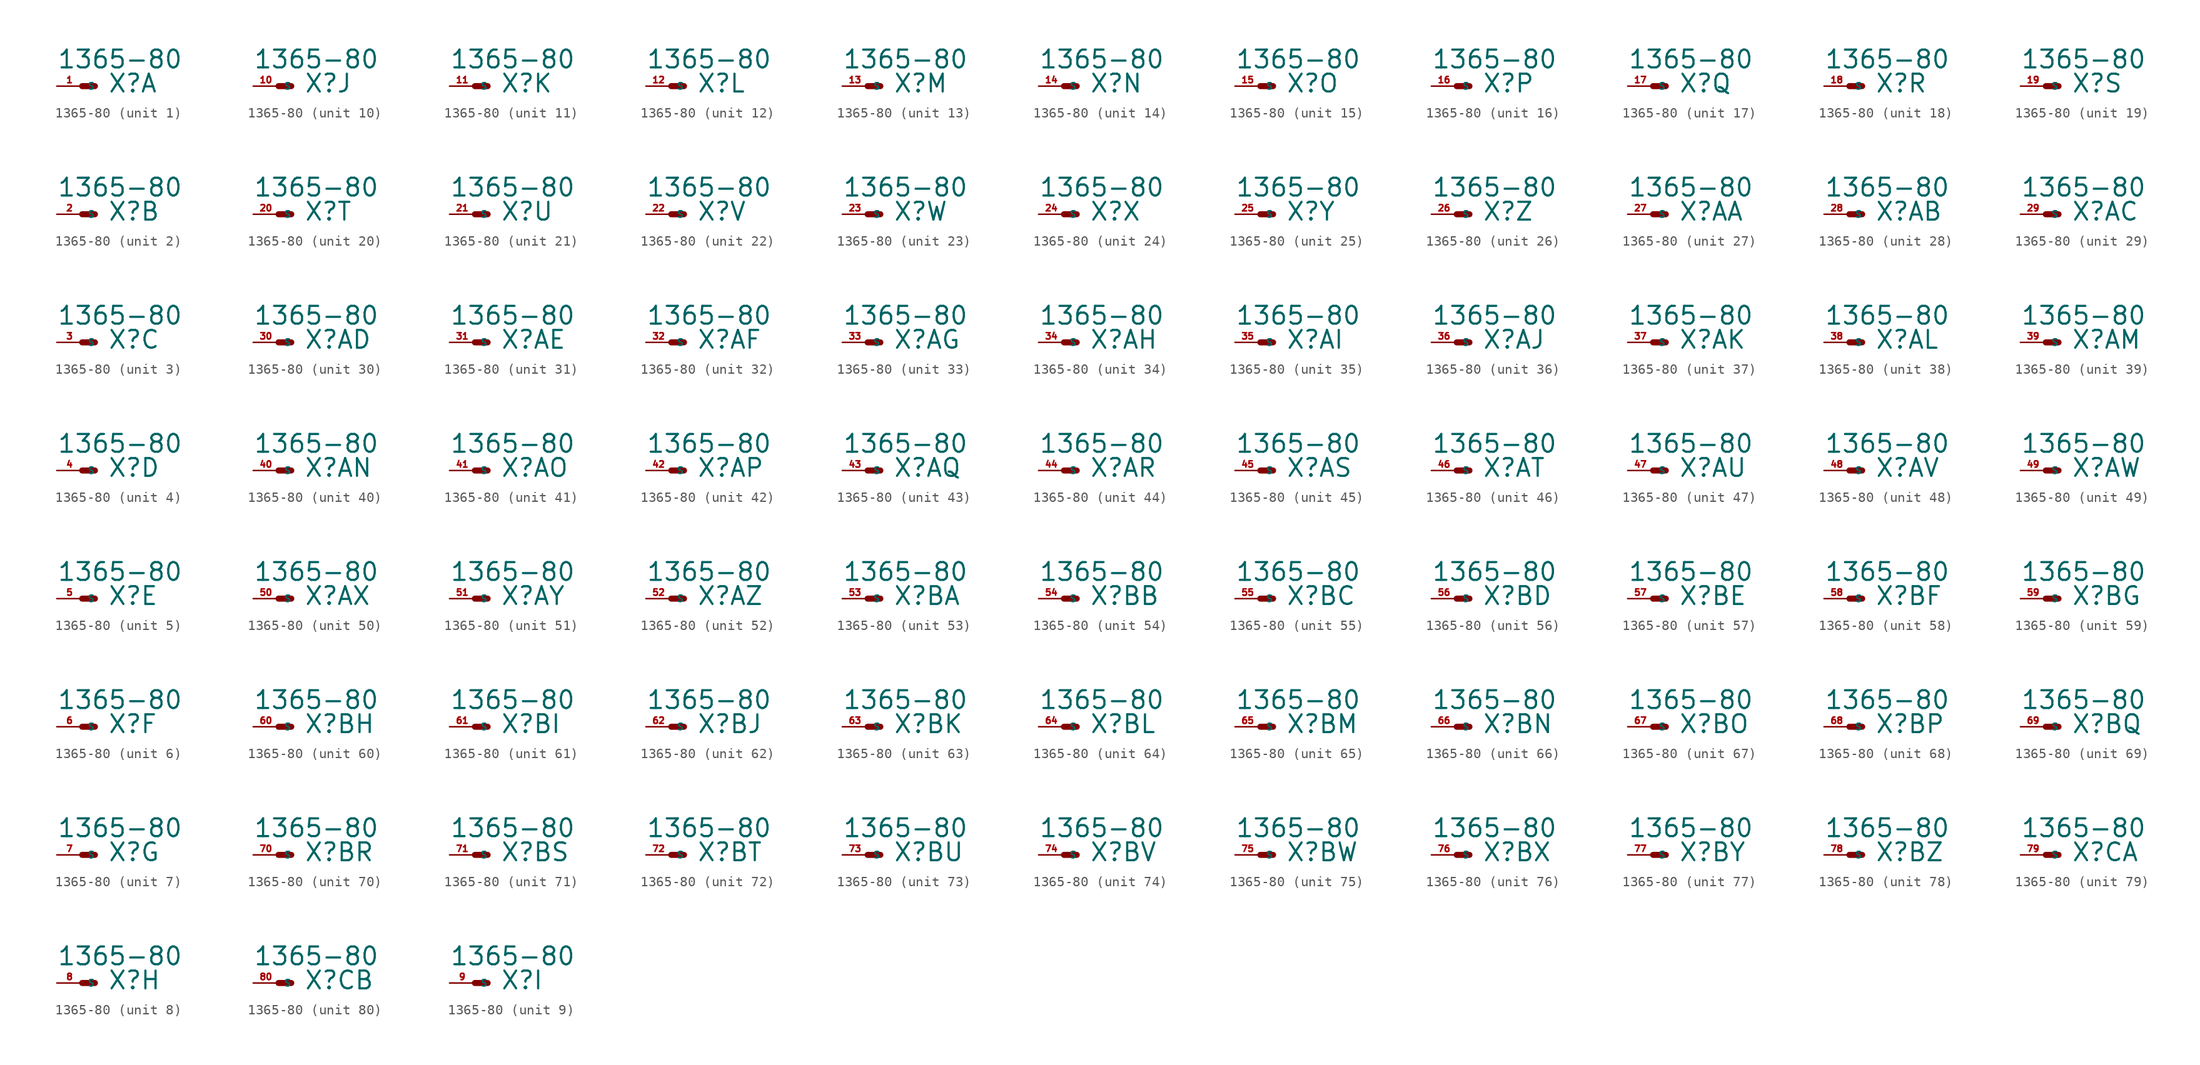
<source format=kicad_sym>
(kicad_symbol_lib
  (version 20220914)
  (generator Eagle2Kicad)
  (symbol "1365-80"
    (property "Reference" "X"
      (at 2.54 -0.762 0)
      (effects (font (size 1.778 1.778) (thickness 0.22)) (justify left bottom)))
    (property "Value" "1365-80"
      (at -2.54 1.651 0)
      (effects (font (size 1.778 1.778) (thickness 0.22)) (justify left bottom)))
    (symbol "1365-80_1_0"
      (polyline (pts (xy 0 0) (xy 1.27 0)) (stroke (width 0.61) (type default)) (fill (type none)))
      (pin passive line (at -2.54 0 0) (length 2.54) (name "S" (effects (font (size 0.635 0.635) (thickness 0.08)) (justify left bottom))) (number "1" (effects (font (size 0.635 0.635) (thickness 0.08)) (justify left bottom)))))
    (symbol "1365-80_2_0"
      (polyline (pts (xy 0 0) (xy 1.27 0)) (stroke (width 0.61) (type default)) (fill (type none)))
      (pin passive line (at -2.54 0 0) (length 2.54) (name "S" (effects (font (size 0.635 0.635) (thickness 0.08)) (justify left bottom))) (number "2" (effects (font (size 0.635 0.635) (thickness 0.08)) (justify left bottom)))))
    (symbol "1365-80_3_0"
      (polyline (pts (xy 0 0) (xy 1.27 0)) (stroke (width 0.61) (type default)) (fill (type none)))
      (pin passive line (at -2.54 0 0) (length 2.54) (name "S" (effects (font (size 0.635 0.635) (thickness 0.08)) (justify left bottom))) (number "3" (effects (font (size 0.635 0.635) (thickness 0.08)) (justify left bottom)))))
    (symbol "1365-80_4_0"
      (polyline (pts (xy 0 0) (xy 1.27 0)) (stroke (width 0.61) (type default)) (fill (type none)))
      (pin passive line (at -2.54 0 0) (length 2.54) (name "S" (effects (font (size 0.635 0.635) (thickness 0.08)) (justify left bottom))) (number "4" (effects (font (size 0.635 0.635) (thickness 0.08)) (justify left bottom)))))
    (symbol "1365-80_5_0"
      (polyline (pts (xy 0 0) (xy 1.27 0)) (stroke (width 0.61) (type default)) (fill (type none)))
      (pin passive line (at -2.54 0 0) (length 2.54) (name "S" (effects (font (size 0.635 0.635) (thickness 0.08)) (justify left bottom))) (number "5" (effects (font (size 0.635 0.635) (thickness 0.08)) (justify left bottom)))))
    (symbol "1365-80_6_0"
      (polyline (pts (xy 0 0) (xy 1.27 0)) (stroke (width 0.61) (type default)) (fill (type none)))
      (pin passive line (at -2.54 0 0) (length 2.54) (name "S" (effects (font (size 0.635 0.635) (thickness 0.08)) (justify left bottom))) (number "6" (effects (font (size 0.635 0.635) (thickness 0.08)) (justify left bottom)))))
    (symbol "1365-80_7_0"
      (polyline (pts (xy 0 0) (xy 1.27 0)) (stroke (width 0.61) (type default)) (fill (type none)))
      (pin passive line (at -2.54 0 0) (length 2.54) (name "S" (effects (font (size 0.635 0.635) (thickness 0.08)) (justify left bottom))) (number "7" (effects (font (size 0.635 0.635) (thickness 0.08)) (justify left bottom)))))
    (symbol "1365-80_8_0"
      (polyline (pts (xy 0 0) (xy 1.27 0)) (stroke (width 0.61) (type default)) (fill (type none)))
      (pin passive line (at -2.54 0 0) (length 2.54) (name "S" (effects (font (size 0.635 0.635) (thickness 0.08)) (justify left bottom))) (number "8" (effects (font (size 0.635 0.635) (thickness 0.08)) (justify left bottom)))))
    (symbol "1365-80_9_0"
      (polyline (pts (xy 0 0) (xy 1.27 0)) (stroke (width 0.61) (type default)) (fill (type none)))
      (pin passive line (at -2.54 0 0) (length 2.54) (name "S" (effects (font (size 0.635 0.635) (thickness 0.08)) (justify left bottom))) (number "9" (effects (font (size 0.635 0.635) (thickness 0.08)) (justify left bottom)))))
    (symbol "1365-80_10_0"
      (polyline (pts (xy 0 0) (xy 1.27 0)) (stroke (width 0.61) (type default)) (fill (type none)))
      (pin passive line (at -2.54 0 0) (length 2.54) (name "S" (effects (font (size 0.635 0.635) (thickness 0.08)) (justify left bottom))) (number "10" (effects (font (size 0.635 0.635) (thickness 0.08)) (justify left bottom)))))
    (symbol "1365-80_11_0"
      (polyline (pts (xy 0 0) (xy 1.27 0)) (stroke (width 0.61) (type default)) (fill (type none)))
      (pin passive line (at -2.54 0 0) (length 2.54) (name "S" (effects (font (size 0.635 0.635) (thickness 0.08)) (justify left bottom))) (number "11" (effects (font (size 0.635 0.635) (thickness 0.08)) (justify left bottom)))))
    (symbol "1365-80_12_0"
      (polyline (pts (xy 0 0) (xy 1.27 0)) (stroke (width 0.61) (type default)) (fill (type none)))
      (pin passive line (at -2.54 0 0) (length 2.54) (name "S" (effects (font (size 0.635 0.635) (thickness 0.08)) (justify left bottom))) (number "12" (effects (font (size 0.635 0.635) (thickness 0.08)) (justify left bottom)))))
    (symbol "1365-80_13_0"
      (polyline (pts (xy 0 0) (xy 1.27 0)) (stroke (width 0.61) (type default)) (fill (type none)))
      (pin passive line (at -2.54 0 0) (length 2.54) (name "S" (effects (font (size 0.635 0.635) (thickness 0.08)) (justify left bottom))) (number "13" (effects (font (size 0.635 0.635) (thickness 0.08)) (justify left bottom)))))
    (symbol "1365-80_14_0"
      (polyline (pts (xy 0 0) (xy 1.27 0)) (stroke (width 0.61) (type default)) (fill (type none)))
      (pin passive line (at -2.54 0 0) (length 2.54) (name "S" (effects (font (size 0.635 0.635) (thickness 0.08)) (justify left bottom))) (number "14" (effects (font (size 0.635 0.635) (thickness 0.08)) (justify left bottom)))))
    (symbol "1365-80_15_0"
      (polyline (pts (xy 0 0) (xy 1.27 0)) (stroke (width 0.61) (type default)) (fill (type none)))
      (pin passive line (at -2.54 0 0) (length 2.54) (name "S" (effects (font (size 0.635 0.635) (thickness 0.08)) (justify left bottom))) (number "15" (effects (font (size 0.635 0.635) (thickness 0.08)) (justify left bottom)))))
    (symbol "1365-80_16_0"
      (polyline (pts (xy 0 0) (xy 1.27 0)) (stroke (width 0.61) (type default)) (fill (type none)))
      (pin passive line (at -2.54 0 0) (length 2.54) (name "S" (effects (font (size 0.635 0.635) (thickness 0.08)) (justify left bottom))) (number "16" (effects (font (size 0.635 0.635) (thickness 0.08)) (justify left bottom)))))
    (symbol "1365-80_17_0"
      (polyline (pts (xy 0 0) (xy 1.27 0)) (stroke (width 0.61) (type default)) (fill (type none)))
      (pin passive line (at -2.54 0 0) (length 2.54) (name "S" (effects (font (size 0.635 0.635) (thickness 0.08)) (justify left bottom))) (number "17" (effects (font (size 0.635 0.635) (thickness 0.08)) (justify left bottom)))))
    (symbol "1365-80_18_0"
      (polyline (pts (xy 0 0) (xy 1.27 0)) (stroke (width 0.61) (type default)) (fill (type none)))
      (pin passive line (at -2.54 0 0) (length 2.54) (name "S" (effects (font (size 0.635 0.635) (thickness 0.08)) (justify left bottom))) (number "18" (effects (font (size 0.635 0.635) (thickness 0.08)) (justify left bottom)))))
    (symbol "1365-80_19_0"
      (polyline (pts (xy 0 0) (xy 1.27 0)) (stroke (width 0.61) (type default)) (fill (type none)))
      (pin passive line (at -2.54 0 0) (length 2.54) (name "S" (effects (font (size 0.635 0.635) (thickness 0.08)) (justify left bottom))) (number "19" (effects (font (size 0.635 0.635) (thickness 0.08)) (justify left bottom)))))
    (symbol "1365-80_20_0"
      (polyline (pts (xy 0 0) (xy 1.27 0)) (stroke (width 0.61) (type default)) (fill (type none)))
      (pin passive line (at -2.54 0 0) (length 2.54) (name "S" (effects (font (size 0.635 0.635) (thickness 0.08)) (justify left bottom))) (number "20" (effects (font (size 0.635 0.635) (thickness 0.08)) (justify left bottom)))))
    (symbol "1365-80_21_0"
      (polyline (pts (xy 0 0) (xy 1.27 0)) (stroke (width 0.61) (type default)) (fill (type none)))
      (pin passive line (at -2.54 0 0) (length 2.54) (name "S" (effects (font (size 0.635 0.635) (thickness 0.08)) (justify left bottom))) (number "21" (effects (font (size 0.635 0.635) (thickness 0.08)) (justify left bottom)))))
    (symbol "1365-80_22_0"
      (polyline (pts (xy 0 0) (xy 1.27 0)) (stroke (width 0.61) (type default)) (fill (type none)))
      (pin passive line (at -2.54 0 0) (length 2.54) (name "S" (effects (font (size 0.635 0.635) (thickness 0.08)) (justify left bottom))) (number "22" (effects (font (size 0.635 0.635) (thickness 0.08)) (justify left bottom)))))
    (symbol "1365-80_23_0"
      (polyline (pts (xy 0 0) (xy 1.27 0)) (stroke (width 0.61) (type default)) (fill (type none)))
      (pin passive line (at -2.54 0 0) (length 2.54) (name "S" (effects (font (size 0.635 0.635) (thickness 0.08)) (justify left bottom))) (number "23" (effects (font (size 0.635 0.635) (thickness 0.08)) (justify left bottom)))))
    (symbol "1365-80_24_0"
      (polyline (pts (xy 0 0) (xy 1.27 0)) (stroke (width 0.61) (type default)) (fill (type none)))
      (pin passive line (at -2.54 0 0) (length 2.54) (name "S" (effects (font (size 0.635 0.635) (thickness 0.08)) (justify left bottom))) (number "24" (effects (font (size 0.635 0.635) (thickness 0.08)) (justify left bottom)))))
    (symbol "1365-80_25_0"
      (polyline (pts (xy 0 0) (xy 1.27 0)) (stroke (width 0.61) (type default)) (fill (type none)))
      (pin passive line (at -2.54 0 0) (length 2.54) (name "S" (effects (font (size 0.635 0.635) (thickness 0.08)) (justify left bottom))) (number "25" (effects (font (size 0.635 0.635) (thickness 0.08)) (justify left bottom)))))
    (symbol "1365-80_26_0"
      (polyline (pts (xy 0 0) (xy 1.27 0)) (stroke (width 0.61) (type default)) (fill (type none)))
      (pin passive line (at -2.54 0 0) (length 2.54) (name "S" (effects (font (size 0.635 0.635) (thickness 0.08)) (justify left bottom))) (number "26" (effects (font (size 0.635 0.635) (thickness 0.08)) (justify left bottom)))))
    (symbol "1365-80_27_0"
      (polyline (pts (xy 0 0) (xy 1.27 0)) (stroke (width 0.61) (type default)) (fill (type none)))
      (pin passive line (at -2.54 0 0) (length 2.54) (name "S" (effects (font (size 0.635 0.635) (thickness 0.08)) (justify left bottom))) (number "27" (effects (font (size 0.635 0.635) (thickness 0.08)) (justify left bottom)))))
    (symbol "1365-80_28_0"
      (polyline (pts (xy 0 0) (xy 1.27 0)) (stroke (width 0.61) (type default)) (fill (type none)))
      (pin passive line (at -2.54 0 0) (length 2.54) (name "S" (effects (font (size 0.635 0.635) (thickness 0.08)) (justify left bottom))) (number "28" (effects (font (size 0.635 0.635) (thickness 0.08)) (justify left bottom)))))
    (symbol "1365-80_29_0"
      (polyline (pts (xy 0 0) (xy 1.27 0)) (stroke (width 0.61) (type default)) (fill (type none)))
      (pin passive line (at -2.54 0 0) (length 2.54) (name "S" (effects (font (size 0.635 0.635) (thickness 0.08)) (justify left bottom))) (number "29" (effects (font (size 0.635 0.635) (thickness 0.08)) (justify left bottom)))))
    (symbol "1365-80_30_0"
      (polyline (pts (xy 0 0) (xy 1.27 0)) (stroke (width 0.61) (type default)) (fill (type none)))
      (pin passive line (at -2.54 0 0) (length 2.54) (name "S" (effects (font (size 0.635 0.635) (thickness 0.08)) (justify left bottom))) (number "30" (effects (font (size 0.635 0.635) (thickness 0.08)) (justify left bottom)))))
    (symbol "1365-80_31_0"
      (polyline (pts (xy 0 0) (xy 1.27 0)) (stroke (width 0.61) (type default)) (fill (type none)))
      (pin passive line (at -2.54 0 0) (length 2.54) (name "S" (effects (font (size 0.635 0.635) (thickness 0.08)) (justify left bottom))) (number "31" (effects (font (size 0.635 0.635) (thickness 0.08)) (justify left bottom)))))
    (symbol "1365-80_32_0"
      (polyline (pts (xy 0 0) (xy 1.27 0)) (stroke (width 0.61) (type default)) (fill (type none)))
      (pin passive line (at -2.54 0 0) (length 2.54) (name "S" (effects (font (size 0.635 0.635) (thickness 0.08)) (justify left bottom))) (number "32" (effects (font (size 0.635 0.635) (thickness 0.08)) (justify left bottom)))))
    (symbol "1365-80_33_0"
      (polyline (pts (xy 0 0) (xy 1.27 0)) (stroke (width 0.61) (type default)) (fill (type none)))
      (pin passive line (at -2.54 0 0) (length 2.54) (name "S" (effects (font (size 0.635 0.635) (thickness 0.08)) (justify left bottom))) (number "33" (effects (font (size 0.635 0.635) (thickness 0.08)) (justify left bottom)))))
    (symbol "1365-80_34_0"
      (polyline (pts (xy 0 0) (xy 1.27 0)) (stroke (width 0.61) (type default)) (fill (type none)))
      (pin passive line (at -2.54 0 0) (length 2.54) (name "S" (effects (font (size 0.635 0.635) (thickness 0.08)) (justify left bottom))) (number "34" (effects (font (size 0.635 0.635) (thickness 0.08)) (justify left bottom)))))
    (symbol "1365-80_35_0"
      (polyline (pts (xy 0 0) (xy 1.27 0)) (stroke (width 0.61) (type default)) (fill (type none)))
      (pin passive line (at -2.54 0 0) (length 2.54) (name "S" (effects (font (size 0.635 0.635) (thickness 0.08)) (justify left bottom))) (number "35" (effects (font (size 0.635 0.635) (thickness 0.08)) (justify left bottom)))))
    (symbol "1365-80_36_0"
      (polyline (pts (xy 0 0) (xy 1.27 0)) (stroke (width 0.61) (type default)) (fill (type none)))
      (pin passive line (at -2.54 0 0) (length 2.54) (name "S" (effects (font (size 0.635 0.635) (thickness 0.08)) (justify left bottom))) (number "36" (effects (font (size 0.635 0.635) (thickness 0.08)) (justify left bottom)))))
    (symbol "1365-80_37_0"
      (polyline (pts (xy 0 0) (xy 1.27 0)) (stroke (width 0.61) (type default)) (fill (type none)))
      (pin passive line (at -2.54 0 0) (length 2.54) (name "S" (effects (font (size 0.635 0.635) (thickness 0.08)) (justify left bottom))) (number "37" (effects (font (size 0.635 0.635) (thickness 0.08)) (justify left bottom)))))
    (symbol "1365-80_38_0"
      (polyline (pts (xy 0 0) (xy 1.27 0)) (stroke (width 0.61) (type default)) (fill (type none)))
      (pin passive line (at -2.54 0 0) (length 2.54) (name "S" (effects (font (size 0.635 0.635) (thickness 0.08)) (justify left bottom))) (number "38" (effects (font (size 0.635 0.635) (thickness 0.08)) (justify left bottom)))))
    (symbol "1365-80_39_0"
      (polyline (pts (xy 0 0) (xy 1.27 0)) (stroke (width 0.61) (type default)) (fill (type none)))
      (pin passive line (at -2.54 0 0) (length 2.54) (name "S" (effects (font (size 0.635 0.635) (thickness 0.08)) (justify left bottom))) (number "39" (effects (font (size 0.635 0.635) (thickness 0.08)) (justify left bottom)))))
    (symbol "1365-80_40_0"
      (polyline (pts (xy 0 0) (xy 1.27 0)) (stroke (width 0.61) (type default)) (fill (type none)))
      (pin passive line (at -2.54 0 0) (length 2.54) (name "S" (effects (font (size 0.635 0.635) (thickness 0.08)) (justify left bottom))) (number "40" (effects (font (size 0.635 0.635) (thickness 0.08)) (justify left bottom)))))
    (symbol "1365-80_41_0"
      (polyline (pts (xy 0 0) (xy 1.27 0)) (stroke (width 0.61) (type default)) (fill (type none)))
      (pin passive line (at -2.54 0 0) (length 2.54) (name "S" (effects (font (size 0.635 0.635) (thickness 0.08)) (justify left bottom))) (number "41" (effects (font (size 0.635 0.635) (thickness 0.08)) (justify left bottom)))))
    (symbol "1365-80_42_0"
      (polyline (pts (xy 0 0) (xy 1.27 0)) (stroke (width 0.61) (type default)) (fill (type none)))
      (pin passive line (at -2.54 0 0) (length 2.54) (name "S" (effects (font (size 0.635 0.635) (thickness 0.08)) (justify left bottom))) (number "42" (effects (font (size 0.635 0.635) (thickness 0.08)) (justify left bottom)))))
    (symbol "1365-80_43_0"
      (polyline (pts (xy 0 0) (xy 1.27 0)) (stroke (width 0.61) (type default)) (fill (type none)))
      (pin passive line (at -2.54 0 0) (length 2.54) (name "S" (effects (font (size 0.635 0.635) (thickness 0.08)) (justify left bottom))) (number "43" (effects (font (size 0.635 0.635) (thickness 0.08)) (justify left bottom)))))
    (symbol "1365-80_44_0"
      (polyline (pts (xy 0 0) (xy 1.27 0)) (stroke (width 0.61) (type default)) (fill (type none)))
      (pin passive line (at -2.54 0 0) (length 2.54) (name "S" (effects (font (size 0.635 0.635) (thickness 0.08)) (justify left bottom))) (number "44" (effects (font (size 0.635 0.635) (thickness 0.08)) (justify left bottom)))))
    (symbol "1365-80_45_0"
      (polyline (pts (xy 0 0) (xy 1.27 0)) (stroke (width 0.61) (type default)) (fill (type none)))
      (pin passive line (at -2.54 0 0) (length 2.54) (name "S" (effects (font (size 0.635 0.635) (thickness 0.08)) (justify left bottom))) (number "45" (effects (font (size 0.635 0.635) (thickness 0.08)) (justify left bottom)))))
    (symbol "1365-80_46_0"
      (polyline (pts (xy 0 0) (xy 1.27 0)) (stroke (width 0.61) (type default)) (fill (type none)))
      (pin passive line (at -2.54 0 0) (length 2.54) (name "S" (effects (font (size 0.635 0.635) (thickness 0.08)) (justify left bottom))) (number "46" (effects (font (size 0.635 0.635) (thickness 0.08)) (justify left bottom)))))
    (symbol "1365-80_47_0"
      (polyline (pts (xy 0 0) (xy 1.27 0)) (stroke (width 0.61) (type default)) (fill (type none)))
      (pin passive line (at -2.54 0 0) (length 2.54) (name "S" (effects (font (size 0.635 0.635) (thickness 0.08)) (justify left bottom))) (number "47" (effects (font (size 0.635 0.635) (thickness 0.08)) (justify left bottom)))))
    (symbol "1365-80_48_0"
      (polyline (pts (xy 0 0) (xy 1.27 0)) (stroke (width 0.61) (type default)) (fill (type none)))
      (pin passive line (at -2.54 0 0) (length 2.54) (name "S" (effects (font (size 0.635 0.635) (thickness 0.08)) (justify left bottom))) (number "48" (effects (font (size 0.635 0.635) (thickness 0.08)) (justify left bottom)))))
    (symbol "1365-80_49_0"
      (polyline (pts (xy 0 0) (xy 1.27 0)) (stroke (width 0.61) (type default)) (fill (type none)))
      (pin passive line (at -2.54 0 0) (length 2.54) (name "S" (effects (font (size 0.635 0.635) (thickness 0.08)) (justify left bottom))) (number "49" (effects (font (size 0.635 0.635) (thickness 0.08)) (justify left bottom)))))
    (symbol "1365-80_50_0"
      (polyline (pts (xy 0 0) (xy 1.27 0)) (stroke (width 0.61) (type default)) (fill (type none)))
      (pin passive line (at -2.54 0 0) (length 2.54) (name "S" (effects (font (size 0.635 0.635) (thickness 0.08)) (justify left bottom))) (number "50" (effects (font (size 0.635 0.635) (thickness 0.08)) (justify left bottom)))))
    (symbol "1365-80_51_0"
      (polyline (pts (xy 0 0) (xy 1.27 0)) (stroke (width 0.61) (type default)) (fill (type none)))
      (pin passive line (at -2.54 0 0) (length 2.54) (name "S" (effects (font (size 0.635 0.635) (thickness 0.08)) (justify left bottom))) (number "51" (effects (font (size 0.635 0.635) (thickness 0.08)) (justify left bottom)))))
    (symbol "1365-80_52_0"
      (polyline (pts (xy 0 0) (xy 1.27 0)) (stroke (width 0.61) (type default)) (fill (type none)))
      (pin passive line (at -2.54 0 0) (length 2.54) (name "S" (effects (font (size 0.635 0.635) (thickness 0.08)) (justify left bottom))) (number "52" (effects (font (size 0.635 0.635) (thickness 0.08)) (justify left bottom)))))
    (symbol "1365-80_53_0"
      (polyline (pts (xy 0 0) (xy 1.27 0)) (stroke (width 0.61) (type default)) (fill (type none)))
      (pin passive line (at -2.54 0 0) (length 2.54) (name "S" (effects (font (size 0.635 0.635) (thickness 0.08)) (justify left bottom))) (number "53" (effects (font (size 0.635 0.635) (thickness 0.08)) (justify left bottom)))))
    (symbol "1365-80_54_0"
      (polyline (pts (xy 0 0) (xy 1.27 0)) (stroke (width 0.61) (type default)) (fill (type none)))
      (pin passive line (at -2.54 0 0) (length 2.54) (name "S" (effects (font (size 0.635 0.635) (thickness 0.08)) (justify left bottom))) (number "54" (effects (font (size 0.635 0.635) (thickness 0.08)) (justify left bottom)))))
    (symbol "1365-80_55_0"
      (polyline (pts (xy 0 0) (xy 1.27 0)) (stroke (width 0.61) (type default)) (fill (type none)))
      (pin passive line (at -2.54 0 0) (length 2.54) (name "S" (effects (font (size 0.635 0.635) (thickness 0.08)) (justify left bottom))) (number "55" (effects (font (size 0.635 0.635) (thickness 0.08)) (justify left bottom)))))
    (symbol "1365-80_56_0"
      (polyline (pts (xy 0 0) (xy 1.27 0)) (stroke (width 0.61) (type default)) (fill (type none)))
      (pin passive line (at -2.54 0 0) (length 2.54) (name "S" (effects (font (size 0.635 0.635) (thickness 0.08)) (justify left bottom))) (number "56" (effects (font (size 0.635 0.635) (thickness 0.08)) (justify left bottom)))))
    (symbol "1365-80_57_0"
      (polyline (pts (xy 0 0) (xy 1.27 0)) (stroke (width 0.61) (type default)) (fill (type none)))
      (pin passive line (at -2.54 0 0) (length 2.54) (name "S" (effects (font (size 0.635 0.635) (thickness 0.08)) (justify left bottom))) (number "57" (effects (font (size 0.635 0.635) (thickness 0.08)) (justify left bottom)))))
    (symbol "1365-80_58_0"
      (polyline (pts (xy 0 0) (xy 1.27 0)) (stroke (width 0.61) (type default)) (fill (type none)))
      (pin passive line (at -2.54 0 0) (length 2.54) (name "S" (effects (font (size 0.635 0.635) (thickness 0.08)) (justify left bottom))) (number "58" (effects (font (size 0.635 0.635) (thickness 0.08)) (justify left bottom)))))
    (symbol "1365-80_59_0"
      (polyline (pts (xy 0 0) (xy 1.27 0)) (stroke (width 0.61) (type default)) (fill (type none)))
      (pin passive line (at -2.54 0 0) (length 2.54) (name "S" (effects (font (size 0.635 0.635) (thickness 0.08)) (justify left bottom))) (number "59" (effects (font (size 0.635 0.635) (thickness 0.08)) (justify left bottom)))))
    (symbol "1365-80_60_0"
      (polyline (pts (xy 0 0) (xy 1.27 0)) (stroke (width 0.61) (type default)) (fill (type none)))
      (pin passive line (at -2.54 0 0) (length 2.54) (name "S" (effects (font (size 0.635 0.635) (thickness 0.08)) (justify left bottom))) (number "60" (effects (font (size 0.635 0.635) (thickness 0.08)) (justify left bottom)))))
    (symbol "1365-80_61_0"
      (polyline (pts (xy 0 0) (xy 1.27 0)) (stroke (width 0.61) (type default)) (fill (type none)))
      (pin passive line (at -2.54 0 0) (length 2.54) (name "S" (effects (font (size 0.635 0.635) (thickness 0.08)) (justify left bottom))) (number "61" (effects (font (size 0.635 0.635) (thickness 0.08)) (justify left bottom)))))
    (symbol "1365-80_62_0"
      (polyline (pts (xy 0 0) (xy 1.27 0)) (stroke (width 0.61) (type default)) (fill (type none)))
      (pin passive line (at -2.54 0 0) (length 2.54) (name "S" (effects (font (size 0.635 0.635) (thickness 0.08)) (justify left bottom))) (number "62" (effects (font (size 0.635 0.635) (thickness 0.08)) (justify left bottom)))))
    (symbol "1365-80_63_0"
      (polyline (pts (xy 0 0) (xy 1.27 0)) (stroke (width 0.61) (type default)) (fill (type none)))
      (pin passive line (at -2.54 0 0) (length 2.54) (name "S" (effects (font (size 0.635 0.635) (thickness 0.08)) (justify left bottom))) (number "63" (effects (font (size 0.635 0.635) (thickness 0.08)) (justify left bottom)))))
    (symbol "1365-80_64_0"
      (polyline (pts (xy 0 0) (xy 1.27 0)) (stroke (width 0.61) (type default)) (fill (type none)))
      (pin passive line (at -2.54 0 0) (length 2.54) (name "S" (effects (font (size 0.635 0.635) (thickness 0.08)) (justify left bottom))) (number "64" (effects (font (size 0.635 0.635) (thickness 0.08)) (justify left bottom)))))
    (symbol "1365-80_65_0"
      (polyline (pts (xy 0 0) (xy 1.27 0)) (stroke (width 0.61) (type default)) (fill (type none)))
      (pin passive line (at -2.54 0 0) (length 2.54) (name "S" (effects (font (size 0.635 0.635) (thickness 0.08)) (justify left bottom))) (number "65" (effects (font (size 0.635 0.635) (thickness 0.08)) (justify left bottom)))))
    (symbol "1365-80_66_0"
      (polyline (pts (xy 0 0) (xy 1.27 0)) (stroke (width 0.61) (type default)) (fill (type none)))
      (pin passive line (at -2.54 0 0) (length 2.54) (name "S" (effects (font (size 0.635 0.635) (thickness 0.08)) (justify left bottom))) (number "66" (effects (font (size 0.635 0.635) (thickness 0.08)) (justify left bottom)))))
    (symbol "1365-80_67_0"
      (polyline (pts (xy 0 0) (xy 1.27 0)) (stroke (width 0.61) (type default)) (fill (type none)))
      (pin passive line (at -2.54 0 0) (length 2.54) (name "S" (effects (font (size 0.635 0.635) (thickness 0.08)) (justify left bottom))) (number "67" (effects (font (size 0.635 0.635) (thickness 0.08)) (justify left bottom)))))
    (symbol "1365-80_68_0"
      (polyline (pts (xy 0 0) (xy 1.27 0)) (stroke (width 0.61) (type default)) (fill (type none)))
      (pin passive line (at -2.54 0 0) (length 2.54) (name "S" (effects (font (size 0.635 0.635) (thickness 0.08)) (justify left bottom))) (number "68" (effects (font (size 0.635 0.635) (thickness 0.08)) (justify left bottom)))))
    (symbol "1365-80_69_0"
      (polyline (pts (xy 0 0) (xy 1.27 0)) (stroke (width 0.61) (type default)) (fill (type none)))
      (pin passive line (at -2.54 0 0) (length 2.54) (name "S" (effects (font (size 0.635 0.635) (thickness 0.08)) (justify left bottom))) (number "69" (effects (font (size 0.635 0.635) (thickness 0.08)) (justify left bottom)))))
    (symbol "1365-80_70_0"
      (polyline (pts (xy 0 0) (xy 1.27 0)) (stroke (width 0.61) (type default)) (fill (type none)))
      (pin passive line (at -2.54 0 0) (length 2.54) (name "S" (effects (font (size 0.635 0.635) (thickness 0.08)) (justify left bottom))) (number "70" (effects (font (size 0.635 0.635) (thickness 0.08)) (justify left bottom)))))
    (symbol "1365-80_71_0"
      (polyline (pts (xy 0 0) (xy 1.27 0)) (stroke (width 0.61) (type default)) (fill (type none)))
      (pin passive line (at -2.54 0 0) (length 2.54) (name "S" (effects (font (size 0.635 0.635) (thickness 0.08)) (justify left bottom))) (number "71" (effects (font (size 0.635 0.635) (thickness 0.08)) (justify left bottom)))))
    (symbol "1365-80_72_0"
      (polyline (pts (xy 0 0) (xy 1.27 0)) (stroke (width 0.61) (type default)) (fill (type none)))
      (pin passive line (at -2.54 0 0) (length 2.54) (name "S" (effects (font (size 0.635 0.635) (thickness 0.08)) (justify left bottom))) (number "72" (effects (font (size 0.635 0.635) (thickness 0.08)) (justify left bottom)))))
    (symbol "1365-80_73_0"
      (polyline (pts (xy 0 0) (xy 1.27 0)) (stroke (width 0.61) (type default)) (fill (type none)))
      (pin passive line (at -2.54 0 0) (length 2.54) (name "S" (effects (font (size 0.635 0.635) (thickness 0.08)) (justify left bottom))) (number "73" (effects (font (size 0.635 0.635) (thickness 0.08)) (justify left bottom)))))
    (symbol "1365-80_74_0"
      (polyline (pts (xy 0 0) (xy 1.27 0)) (stroke (width 0.61) (type default)) (fill (type none)))
      (pin passive line (at -2.54 0 0) (length 2.54) (name "S" (effects (font (size 0.635 0.635) (thickness 0.08)) (justify left bottom))) (number "74" (effects (font (size 0.635 0.635) (thickness 0.08)) (justify left bottom)))))
    (symbol "1365-80_75_0"
      (polyline (pts (xy 0 0) (xy 1.27 0)) (stroke (width 0.61) (type default)) (fill (type none)))
      (pin passive line (at -2.54 0 0) (length 2.54) (name "S" (effects (font (size 0.635 0.635) (thickness 0.08)) (justify left bottom))) (number "75" (effects (font (size 0.635 0.635) (thickness 0.08)) (justify left bottom)))))
    (symbol "1365-80_76_0"
      (polyline (pts (xy 0 0) (xy 1.27 0)) (stroke (width 0.61) (type default)) (fill (type none)))
      (pin passive line (at -2.54 0 0) (length 2.54) (name "S" (effects (font (size 0.635 0.635) (thickness 0.08)) (justify left bottom))) (number "76" (effects (font (size 0.635 0.635) (thickness 0.08)) (justify left bottom)))))
    (symbol "1365-80_77_0"
      (polyline (pts (xy 0 0) (xy 1.27 0)) (stroke (width 0.61) (type default)) (fill (type none)))
      (pin passive line (at -2.54 0 0) (length 2.54) (name "S" (effects (font (size 0.635 0.635) (thickness 0.08)) (justify left bottom))) (number "77" (effects (font (size 0.635 0.635) (thickness 0.08)) (justify left bottom)))))
    (symbol "1365-80_78_0"
      (polyline (pts (xy 0 0) (xy 1.27 0)) (stroke (width 0.61) (type default)) (fill (type none)))
      (pin passive line (at -2.54 0 0) (length 2.54) (name "S" (effects (font (size 0.635 0.635) (thickness 0.08)) (justify left bottom))) (number "78" (effects (font (size 0.635 0.635) (thickness 0.08)) (justify left bottom)))))
    (symbol "1365-80_79_0"
      (polyline (pts (xy 0 0) (xy 1.27 0)) (stroke (width 0.61) (type default)) (fill (type none)))
      (pin passive line (at -2.54 0 0) (length 2.54) (name "S" (effects (font (size 0.635 0.635) (thickness 0.08)) (justify left bottom))) (number "79" (effects (font (size 0.635 0.635) (thickness 0.08)) (justify left bottom)))))
    (symbol "1365-80_80_0"
      (polyline (pts (xy 0 0) (xy 1.27 0)) (stroke (width 0.61) (type default)) (fill (type none)))
      (pin passive line (at -2.54 0 0) (length 2.54) (name "S" (effects (font (size 0.635 0.635) (thickness 0.08)) (justify left bottom))) (number "80" (effects (font (size 0.635 0.635) (thickness 0.08)) (justify left bottom)))))))
</source>
